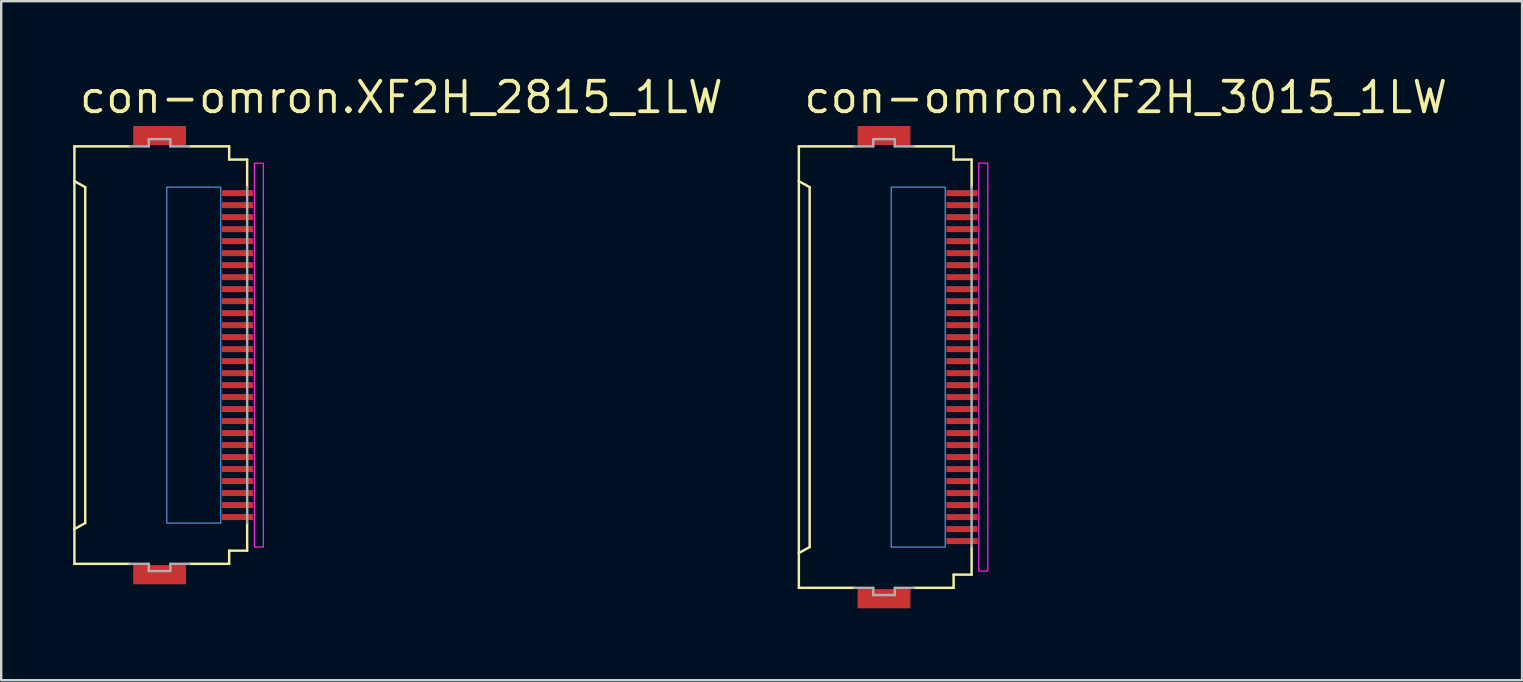
<source format=kicad_pcb>
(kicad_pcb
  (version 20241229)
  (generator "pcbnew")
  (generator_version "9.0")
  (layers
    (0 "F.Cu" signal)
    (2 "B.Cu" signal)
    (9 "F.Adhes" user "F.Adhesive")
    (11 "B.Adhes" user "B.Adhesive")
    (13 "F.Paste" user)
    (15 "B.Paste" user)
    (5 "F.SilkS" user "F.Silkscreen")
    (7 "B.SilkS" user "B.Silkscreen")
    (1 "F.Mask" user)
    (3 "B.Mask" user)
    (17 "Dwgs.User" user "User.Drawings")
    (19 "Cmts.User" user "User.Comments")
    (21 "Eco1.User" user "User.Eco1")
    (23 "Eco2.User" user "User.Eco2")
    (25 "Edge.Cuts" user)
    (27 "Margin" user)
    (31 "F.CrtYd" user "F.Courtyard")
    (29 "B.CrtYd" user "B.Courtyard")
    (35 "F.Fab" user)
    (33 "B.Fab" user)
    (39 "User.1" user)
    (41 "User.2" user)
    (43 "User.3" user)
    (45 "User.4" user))
  (footprint "con-omron.XF2H_2815_1LW"
    (layer "F.Cu")
    (at 3.676 11.75)
    (property "Reference" "con-omron.XF2H_2815_1LW" (at -3.5 -10 0) (layer "F.SilkS") (effects (font (size 1.27 1.27) (thickness 0.16)) (justify left bottom)))
    (attr smd)
    (fp_rect (start 2.475 -6.575) (end 3.875 -6.925) (stroke (width 0.05) (type default)) (fill yes) (layer "F.Mask"))
    (fp_rect (start 2.475 -6.075) (end 3.875 -6.425) (stroke (width 0.05) (type default)) (fill yes) (layer "F.Mask"))
    (fp_rect (start 2.475 -5.575) (end 3.875 -5.925) (stroke (width 0.05) (type default)) (fill yes) (layer "F.Mask"))
    (fp_rect (start 2.475 -5.075) (end 3.875 -5.425) (stroke (width 0.05) (type default)) (fill yes) (layer "F.Mask"))
    (fp_rect (start 2.475 -4.575) (end 3.875 -4.925) (stroke (width 0.05) (type default)) (fill yes) (layer "F.Mask"))
    (fp_rect (start 2.475 -4.075) (end 3.875 -4.425) (stroke (width 0.05) (type default)) (fill yes) (layer "F.Mask"))
    (fp_rect (start 2.475 -3.575) (end 3.875 -3.925) (stroke (width 0.05) (type default)) (fill yes) (layer "F.Mask"))
    (fp_rect (start 2.475 -3.075) (end 3.875 -3.425) (stroke (width 0.05) (type default)) (fill yes) (layer "F.Mask"))
    (fp_rect (start 2.475 -2.575) (end 3.875 -2.925) (stroke (width 0.05) (type default)) (fill yes) (layer "F.Mask"))
    (fp_rect (start 2.475 -2.075) (end 3.875 -2.425) (stroke (width 0.05) (type default)) (fill yes) (layer "F.Mask"))
    (fp_rect (start 2.475 -1.575) (end 3.875 -1.925) (stroke (width 0.05) (type default)) (fill yes) (layer "F.Mask"))
    (fp_rect (start 2.475 -1.075) (end 3.875 -1.425) (stroke (width 0.05) (type default)) (fill yes) (layer "F.Mask"))
    (fp_rect (start 2.475 -0.575) (end 3.875 -0.925) (stroke (width 0.05) (type default)) (fill yes) (layer "F.Mask"))
    (fp_rect (start 2.475 -0.075) (end 3.875 -0.425) (stroke (width 0.05) (type default)) (fill yes) (layer "F.Mask"))
    (fp_rect (start 2.475 0.425) (end 3.875 0.075) (stroke (width 0.05) (type default)) (fill yes) (layer "F.Mask"))
    (fp_rect (start 2.475 0.925) (end 3.875 0.575) (stroke (width 0.05) (type default)) (fill yes) (layer "F.Mask"))
    (fp_rect (start 2.475 1.425) (end 3.875 1.075) (stroke (width 0.05) (type default)) (fill yes) (layer "F.Mask"))
    (fp_rect (start 2.475 1.925) (end 3.875 1.575) (stroke (width 0.05) (type default)) (fill yes) (layer "F.Mask"))
    (fp_rect (start 2.475 2.425) (end 3.875 2.075) (stroke (width 0.05) (type default)) (fill yes) (layer "F.Mask"))
    (fp_rect (start 2.475 2.925) (end 3.875 2.575) (stroke (width 0.05) (type default)) (fill yes) (layer "F.Mask"))
    (fp_rect (start 2.475 3.425) (end 3.875 3.075) (stroke (width 0.05) (type default)) (fill yes) (layer "F.Mask"))
    (fp_rect (start 2.475 3.925) (end 3.875 3.575) (stroke (width 0.05) (type default)) (fill yes) (layer "F.Mask"))
    (fp_rect (start 2.475 4.425) (end 3.875 4.075) (stroke (width 0.05) (type default)) (fill yes) (layer "F.Mask"))
    (fp_rect (start 2.475 4.925) (end 3.875 4.575) (stroke (width 0.05) (type default)) (fill yes) (layer "F.Mask"))
    (fp_rect (start 2.475 5.425) (end 3.875 5.075) (stroke (width 0.05) (type default)) (fill yes) (layer "F.Mask"))
    (fp_rect (start 2.475 5.925) (end 3.875 5.575) (stroke (width 0.05) (type default)) (fill yes) (layer "F.Mask"))
    (fp_rect (start 2.475 6.425) (end 3.875 6.075) (stroke (width 0.05) (type default)) (fill yes) (layer "F.Mask"))
    (fp_rect (start 2.475 6.925) (end 3.875 6.575) (stroke (width 0.05) (type default)) (fill yes) (layer "F.Mask"))
    (fp_line (start -3.625 -8.7) (end -1.325 -8.7) (stroke (width 0.102) (type default)) (layer "F.SilkS"))
    (fp_line (start -3.625 -7.25) (end -3.625 -8.7) (stroke (width 0.102) (type default)) (layer "F.SilkS"))
    (fp_line (start -3.625 -7.25) (end -3.625 7.25) (stroke (width 0.102) (type default)) (layer "F.SilkS"))
    (fp_line (start -3.625 7.25) (end -3.175 7) (stroke (width 0.102) (type default)) (layer "F.SilkS"))
    (fp_line (start -3.625 8.7) (end -3.625 7.25) (stroke (width 0.102) (type default)) (layer "F.SilkS"))
    (fp_line (start -3.175 -7) (end -3.625 -7.25) (stroke (width 0.102) (type default)) (layer "F.SilkS"))
    (fp_line (start -3.175 7) (end -3.175 -7) (stroke (width 0.102) (type default)) (layer "F.SilkS"))
    (fp_line (start -1.325 8.7) (end -3.625 8.7) (stroke (width 0.102) (type default)) (layer "F.SilkS"))
    (fp_line (start 1.175 -8.7) (end 2.825 -8.7) (stroke (width 0.102) (type default)) (layer "F.SilkS"))
    (fp_line (start 1.175 8.7) (end 2.825 8.7) (stroke (width 0.102) (type default)) (layer "F.SilkS"))
    (fp_line (start 2.825 -8.7) (end 2.825 -8.15) (stroke (width 0.102) (type default)) (layer "F.SilkS"))
    (fp_line (start 2.825 -8.15) (end 3.575 -8.15) (stroke (width 0.102) (type default)) (layer "F.SilkS"))
    (fp_line (start 2.825 8.15) (end 2.825 8.7) (stroke (width 0.102) (type default)) (layer "F.SilkS"))
    (fp_line (start 2.825 8.15) (end 3.575 8.15) (stroke (width 0.102) (type default)) (layer "F.SilkS"))
    (fp_line (start 3.575 -8.15) (end 3.575 -7) (stroke (width 0.102) (type default)) (layer "F.SilkS"))
    (fp_line (start 3.575 7) (end 3.575 8.15) (stroke (width 0.102) (type default)) (layer "F.SilkS"))
    (fp_rect (start 0.225 7) (end 2.475 -7) (stroke (width 0.05) (type default)) (fill no) (layer "Cmts.User"))
    (fp_rect (start 3.875 8) (end 4.25 -8) (stroke (width 0.05) (type default)) (fill no) (layer "F.CrtYd"))
    (fp_line (start -1.325 -8.7) (end -0.525 -8.7) (stroke (width 0.102) (type default)) (layer "F.Fab"))
    (fp_line (start -0.525 -9) (end 0.375 -9) (stroke (width 0.102) (type default)) (layer "F.Fab"))
    (fp_line (start -0.525 -8.7) (end -0.525 -9) (stroke (width 0.102) (type default)) (layer "F.Fab"))
    (fp_line (start -0.525 8.7) (end -1.325 8.7) (stroke (width 0.102) (type default)) (layer "F.Fab"))
    (fp_line (start -0.525 9) (end -0.525 8.7) (stroke (width 0.102) (type default)) (layer "F.Fab"))
    (fp_line (start 0.375 -9) (end 0.375 -8.7) (stroke (width 0.102) (type default)) (layer "F.Fab"))
    (fp_line (start 0.375 -8.7) (end 1.175 -8.7) (stroke (width 0.102) (type default)) (layer "F.Fab"))
    (fp_line (start 0.375 8.7) (end 0.375 9) (stroke (width 0.102) (type default)) (layer "F.Fab"))
    (fp_line (start 0.375 9) (end -0.525 9) (stroke (width 0.102) (type default)) (layer "F.Fab"))
    (fp_line (start 1.175 8.7) (end 0.375 8.7) (stroke (width 0.102) (type default)) (layer "F.Fab"))
    (fp_line (start 3.575 -7) (end 3.575 7) (stroke (width 0.102) (type default)) (layer "F.Fab"))
    (pad "1" smd roundrect (at 3.175 -6.75) (size 1.3 0.25) (layers "F.Cu" "F.Mask" "F.Paste") (roundrect_rratio 0.01))
    (pad "2" smd roundrect (at 3.175 -6.25) (size 1.3 0.25) (layers "F.Cu" "F.Mask" "F.Paste") (roundrect_rratio 0.01))
    (pad "3" smd roundrect (at 3.175 -5.75) (size 1.3 0.25) (layers "F.Cu" "F.Mask" "F.Paste") (roundrect_rratio 0.01))
    (pad "4" smd roundrect (at 3.175 -5.25) (size 1.3 0.25) (layers "F.Cu" "F.Mask" "F.Paste") (roundrect_rratio 0.01))
    (pad "5" smd roundrect (at 3.175 -4.75) (size 1.3 0.25) (layers "F.Cu" "F.Mask" "F.Paste") (roundrect_rratio 0.01))
    (pad "6" smd roundrect (at 3.175 -4.25) (size 1.3 0.25) (layers "F.Cu" "F.Mask" "F.Paste") (roundrect_rratio 0.01))
    (pad "7" smd roundrect (at 3.175 -3.75) (size 1.3 0.25) (layers "F.Cu" "F.Mask" "F.Paste") (roundrect_rratio 0.01))
    (pad "8" smd roundrect (at 3.175 -3.25) (size 1.3 0.25) (layers "F.Cu" "F.Mask" "F.Paste") (roundrect_rratio 0.01))
    (pad "9" smd roundrect (at 3.175 -2.75) (size 1.3 0.25) (layers "F.Cu" "F.Mask" "F.Paste") (roundrect_rratio 0.01))
    (pad "10" smd roundrect (at 3.175 -2.25) (size 1.3 0.25) (layers "F.Cu" "F.Mask" "F.Paste") (roundrect_rratio 0.01))
    (pad "11" smd roundrect (at 3.175 -1.75) (size 1.3 0.25) (layers "F.Cu" "F.Mask" "F.Paste") (roundrect_rratio 0.01))
    (pad "12" smd roundrect (at 3.175 -1.25) (size 1.3 0.25) (layers "F.Cu" "F.Mask" "F.Paste") (roundrect_rratio 0.01))
    (pad "13" smd roundrect (at 3.175 -0.75) (size 1.3 0.25) (layers "F.Cu" "F.Mask" "F.Paste") (roundrect_rratio 0.01))
    (pad "14" smd roundrect (at 3.175 -0.25) (size 1.3 0.25) (layers "F.Cu" "F.Mask" "F.Paste") (roundrect_rratio 0.01))
    (pad "15" smd roundrect (at 3.175 0.25) (size 1.3 0.25) (layers "F.Cu" "F.Mask" "F.Paste") (roundrect_rratio 0.01))
    (pad "16" smd roundrect (at 3.175 0.75) (size 1.3 0.25) (layers "F.Cu" "F.Mask" "F.Paste") (roundrect_rratio 0.01))
    (pad "17" smd roundrect (at 3.175 1.25) (size 1.3 0.25) (layers "F.Cu" "F.Mask" "F.Paste") (roundrect_rratio 0.01))
    (pad "18" smd roundrect (at 3.175 1.75) (size 1.3 0.25) (layers "F.Cu" "F.Mask" "F.Paste") (roundrect_rratio 0.01))
    (pad "19" smd roundrect (at 3.175 2.25) (size 1.3 0.25) (layers "F.Cu" "F.Mask" "F.Paste") (roundrect_rratio 0.01))
    (pad "20" smd roundrect (at 3.175 2.75) (size 1.3 0.25) (layers "F.Cu" "F.Mask" "F.Paste") (roundrect_rratio 0.01))
    (pad "21" smd roundrect (at 3.175 3.25) (size 1.3 0.25) (layers "F.Cu" "F.Mask" "F.Paste") (roundrect_rratio 0.01))
    (pad "22" smd roundrect (at 3.175 3.75) (size 1.3 0.25) (layers "F.Cu" "F.Mask" "F.Paste") (roundrect_rratio 0.01))
    (pad "23" smd roundrect (at 3.175 4.25) (size 1.3 0.25) (layers "F.Cu" "F.Mask" "F.Paste") (roundrect_rratio 0.01))
    (pad "24" smd roundrect (at 3.175 4.75) (size 1.3 0.25) (layers "F.Cu" "F.Mask" "F.Paste") (roundrect_rratio 0.01))
    (pad "25" smd roundrect (at 3.175 5.25) (size 1.3 0.25) (layers "F.Cu" "F.Mask" "F.Paste") (roundrect_rratio 0.01))
    (pad "26" smd roundrect (at 3.175 5.75) (size 1.3 0.25) (layers "F.Cu" "F.Mask" "F.Paste") (roundrect_rratio 0.01))
    (pad "27" smd roundrect (at 3.175 6.25) (size 1.3 0.25) (layers "F.Cu" "F.Mask" "F.Paste") (roundrect_rratio 0.01))
    (pad "28" smd roundrect (at 3.175 6.75) (size 1.3 0.25) (layers "F.Cu" "F.Mask" "F.Paste") (roundrect_rratio 0.01))
    (pad "M1" smd roundrect (at -0.075 -9.15) (size 2.2 0.8) (layers "F.Cu" "F.Mask" "F.Paste") (roundrect_rratio 0.01))
    (pad "M2" smd roundrect (at -0.075 9.15) (size 2.2 0.8) (layers "F.Cu" "F.Mask" "F.Paste") (roundrect_rratio 0.01)))
  (footprint "con-omron.XF2H_3015_1LW"
    (layer "F.Cu")
    (at 33.869 12.25)
    (property "Reference" "con-omron.XF2H_3015_1LW" (at -3.5 -10.5 0) (layer "F.SilkS") (effects (font (size 1.27 1.27) (thickness 0.16)) (justify left bottom)))
    (attr smd)
    (fp_rect (start 2.475 -7.075) (end 3.875 -7.425) (stroke (width 0.05) (type default)) (fill yes) (layer "F.Mask"))
    (fp_rect (start 2.475 -6.575) (end 3.875 -6.925) (stroke (width 0.05) (type default)) (fill yes) (layer "F.Mask"))
    (fp_rect (start 2.475 -6.075) (end 3.875 -6.425) (stroke (width 0.05) (type default)) (fill yes) (layer "F.Mask"))
    (fp_rect (start 2.475 -5.575) (end 3.875 -5.925) (stroke (width 0.05) (type default)) (fill yes) (layer "F.Mask"))
    (fp_rect (start 2.475 -5.075) (end 3.875 -5.425) (stroke (width 0.05) (type default)) (fill yes) (layer "F.Mask"))
    (fp_rect (start 2.475 -4.575) (end 3.875 -4.925) (stroke (width 0.05) (type default)) (fill yes) (layer "F.Mask"))
    (fp_rect (start 2.475 -4.075) (end 3.875 -4.425) (stroke (width 0.05) (type default)) (fill yes) (layer "F.Mask"))
    (fp_rect (start 2.475 -3.575) (end 3.875 -3.925) (stroke (width 0.05) (type default)) (fill yes) (layer "F.Mask"))
    (fp_rect (start 2.475 -3.075) (end 3.875 -3.425) (stroke (width 0.05) (type default)) (fill yes) (layer "F.Mask"))
    (fp_rect (start 2.475 -2.575) (end 3.875 -2.925) (stroke (width 0.05) (type default)) (fill yes) (layer "F.Mask"))
    (fp_rect (start 2.475 -2.075) (end 3.875 -2.425) (stroke (width 0.05) (type default)) (fill yes) (layer "F.Mask"))
    (fp_rect (start 2.475 -1.575) (end 3.875 -1.925) (stroke (width 0.05) (type default)) (fill yes) (layer "F.Mask"))
    (fp_rect (start 2.475 -1.075) (end 3.875 -1.425) (stroke (width 0.05) (type default)) (fill yes) (layer "F.Mask"))
    (fp_rect (start 2.475 -0.575) (end 3.875 -0.925) (stroke (width 0.05) (type default)) (fill yes) (layer "F.Mask"))
    (fp_rect (start 2.475 -0.075) (end 3.875 -0.425) (stroke (width 0.05) (type default)) (fill yes) (layer "F.Mask"))
    (fp_rect (start 2.475 0.425) (end 3.875 0.075) (stroke (width 0.05) (type default)) (fill yes) (layer "F.Mask"))
    (fp_rect (start 2.475 0.925) (end 3.875 0.575) (stroke (width 0.05) (type default)) (fill yes) (layer "F.Mask"))
    (fp_rect (start 2.475 1.425) (end 3.875 1.075) (stroke (width 0.05) (type default)) (fill yes) (layer "F.Mask"))
    (fp_rect (start 2.475 1.925) (end 3.875 1.575) (stroke (width 0.05) (type default)) (fill yes) (layer "F.Mask"))
    (fp_rect (start 2.475 2.425) (end 3.875 2.075) (stroke (width 0.05) (type default)) (fill yes) (layer "F.Mask"))
    (fp_rect (start 2.475 2.925) (end 3.875 2.575) (stroke (width 0.05) (type default)) (fill yes) (layer "F.Mask"))
    (fp_rect (start 2.475 3.425) (end 3.875 3.075) (stroke (width 0.05) (type default)) (fill yes) (layer "F.Mask"))
    (fp_rect (start 2.475 3.925) (end 3.875 3.575) (stroke (width 0.05) (type default)) (fill yes) (layer "F.Mask"))
    (fp_rect (start 2.475 4.425) (end 3.875 4.075) (stroke (width 0.05) (type default)) (fill yes) (layer "F.Mask"))
    (fp_rect (start 2.475 4.925) (end 3.875 4.575) (stroke (width 0.05) (type default)) (fill yes) (layer "F.Mask"))
    (fp_rect (start 2.475 5.425) (end 3.875 5.075) (stroke (width 0.05) (type default)) (fill yes) (layer "F.Mask"))
    (fp_rect (start 2.475 5.925) (end 3.875 5.575) (stroke (width 0.05) (type default)) (fill yes) (layer "F.Mask"))
    (fp_rect (start 2.475 6.425) (end 3.875 6.075) (stroke (width 0.05) (type default)) (fill yes) (layer "F.Mask"))
    (fp_rect (start 2.475 6.925) (end 3.875 6.575) (stroke (width 0.05) (type default)) (fill yes) (layer "F.Mask"))
    (fp_rect (start 2.475 7.425) (end 3.875 7.075) (stroke (width 0.05) (type default)) (fill yes) (layer "F.Mask"))
    (fp_line (start -3.625 -9.2) (end -1.325 -9.2) (stroke (width 0.102) (type default)) (layer "F.SilkS"))
    (fp_line (start -3.625 -7.75) (end -3.625 -9.2) (stroke (width 0.102) (type default)) (layer "F.SilkS"))
    (fp_line (start -3.625 -7.75) (end -3.625 7.75) (stroke (width 0.102) (type default)) (layer "F.SilkS"))
    (fp_line (start -3.625 7.75) (end -3.175 7.5) (stroke (width 0.102) (type default)) (layer "F.SilkS"))
    (fp_line (start -3.625 9.2) (end -3.625 7.75) (stroke (width 0.102) (type default)) (layer "F.SilkS"))
    (fp_line (start -3.175 -7.5) (end -3.625 -7.75) (stroke (width 0.102) (type default)) (layer "F.SilkS"))
    (fp_line (start -3.175 7.5) (end -3.175 -7.5) (stroke (width 0.102) (type default)) (layer "F.SilkS"))
    (fp_line (start -1.325 9.2) (end -3.625 9.2) (stroke (width 0.102) (type default)) (layer "F.SilkS"))
    (fp_line (start 1.175 -9.2) (end 2.825 -9.2) (stroke (width 0.102) (type default)) (layer "F.SilkS"))
    (fp_line (start 1.175 9.2) (end 2.825 9.2) (stroke (width 0.102) (type default)) (layer "F.SilkS"))
    (fp_line (start 2.825 -9.2) (end 2.825 -8.65) (stroke (width 0.102) (type default)) (layer "F.SilkS"))
    (fp_line (start 2.825 -8.65) (end 3.575 -8.65) (stroke (width 0.102) (type default)) (layer "F.SilkS"))
    (fp_line (start 2.825 8.65) (end 2.825 9.2) (stroke (width 0.102) (type default)) (layer "F.SilkS"))
    (fp_line (start 2.825 8.65) (end 3.575 8.65) (stroke (width 0.102) (type default)) (layer "F.SilkS"))
    (fp_line (start 3.575 -8.65) (end 3.575 -7.5) (stroke (width 0.102) (type default)) (layer "F.SilkS"))
    (fp_line (start 3.575 7.5) (end 3.575 8.65) (stroke (width 0.102) (type default)) (layer "F.SilkS"))
    (fp_rect (start 0.225 7.5) (end 2.475 -7.5) (stroke (width 0.05) (type default)) (fill no) (layer "Cmts.User"))
    (fp_rect (start 3.875 8.5) (end 4.25 -8.5) (stroke (width 0.05) (type default)) (fill no) (layer "F.CrtYd"))
    (fp_line (start -1.325 -9.2) (end -0.525 -9.2) (stroke (width 0.102) (type default)) (layer "F.Fab"))
    (fp_line (start -0.525 -9.5) (end 0.375 -9.5) (stroke (width 0.102) (type default)) (layer "F.Fab"))
    (fp_line (start -0.525 -9.2) (end -0.525 -9.5) (stroke (width 0.102) (type default)) (layer "F.Fab"))
    (fp_line (start -0.525 9.2) (end -1.325 9.2) (stroke (width 0.102) (type default)) (layer "F.Fab"))
    (fp_line (start -0.525 9.5) (end -0.525 9.2) (stroke (width 0.102) (type default)) (layer "F.Fab"))
    (fp_line (start 0.375 -9.5) (end 0.375 -9.2) (stroke (width 0.102) (type default)) (layer "F.Fab"))
    (fp_line (start 0.375 -9.2) (end 1.175 -9.2) (stroke (width 0.102) (type default)) (layer "F.Fab"))
    (fp_line (start 0.375 9.2) (end 0.375 9.5) (stroke (width 0.102) (type default)) (layer "F.Fab"))
    (fp_line (start 0.375 9.5) (end -0.525 9.5) (stroke (width 0.102) (type default)) (layer "F.Fab"))
    (fp_line (start 1.175 9.2) (end 0.375 9.2) (stroke (width 0.102) (type default)) (layer "F.Fab"))
    (fp_line (start 3.575 -7.5) (end 3.575 7.5) (stroke (width 0.102) (type default)) (layer "F.Fab"))
    (pad "1" smd roundrect (at 3.175 -7.25) (size 1.3 0.25) (layers "F.Cu" "F.Mask" "F.Paste") (roundrect_rratio 0.01))
    (pad "2" smd roundrect (at 3.175 -6.75) (size 1.3 0.25) (layers "F.Cu" "F.Mask" "F.Paste") (roundrect_rratio 0.01))
    (pad "3" smd roundrect (at 3.175 -6.25) (size 1.3 0.25) (layers "F.Cu" "F.Mask" "F.Paste") (roundrect_rratio 0.01))
    (pad "4" smd roundrect (at 3.175 -5.75) (size 1.3 0.25) (layers "F.Cu" "F.Mask" "F.Paste") (roundrect_rratio 0.01))
    (pad "5" smd roundrect (at 3.175 -5.25) (size 1.3 0.25) (layers "F.Cu" "F.Mask" "F.Paste") (roundrect_rratio 0.01))
    (pad "6" smd roundrect (at 3.175 -4.75) (size 1.3 0.25) (layers "F.Cu" "F.Mask" "F.Paste") (roundrect_rratio 0.01))
    (pad "7" smd roundrect (at 3.175 -4.25) (size 1.3 0.25) (layers "F.Cu" "F.Mask" "F.Paste") (roundrect_rratio 0.01))
    (pad "8" smd roundrect (at 3.175 -3.75) (size 1.3 0.25) (layers "F.Cu" "F.Mask" "F.Paste") (roundrect_rratio 0.01))
    (pad "9" smd roundrect (at 3.175 -3.25) (size 1.3 0.25) (layers "F.Cu" "F.Mask" "F.Paste") (roundrect_rratio 0.01))
    (pad "10" smd roundrect (at 3.175 -2.75) (size 1.3 0.25) (layers "F.Cu" "F.Mask" "F.Paste") (roundrect_rratio 0.01))
    (pad "11" smd roundrect (at 3.175 -2.25) (size 1.3 0.25) (layers "F.Cu" "F.Mask" "F.Paste") (roundrect_rratio 0.01))
    (pad "12" smd roundrect (at 3.175 -1.75) (size 1.3 0.25) (layers "F.Cu" "F.Mask" "F.Paste") (roundrect_rratio 0.01))
    (pad "13" smd roundrect (at 3.175 -1.25) (size 1.3 0.25) (layers "F.Cu" "F.Mask" "F.Paste") (roundrect_rratio 0.01))
    (pad "14" smd roundrect (at 3.175 -0.75) (size 1.3 0.25) (layers "F.Cu" "F.Mask" "F.Paste") (roundrect_rratio 0.01))
    (pad "15" smd roundrect (at 3.175 -0.25) (size 1.3 0.25) (layers "F.Cu" "F.Mask" "F.Paste") (roundrect_rratio 0.01))
    (pad "16" smd roundrect (at 3.175 0.25) (size 1.3 0.25) (layers "F.Cu" "F.Mask" "F.Paste") (roundrect_rratio 0.01))
    (pad "17" smd roundrect (at 3.175 0.75) (size 1.3 0.25) (layers "F.Cu" "F.Mask" "F.Paste") (roundrect_rratio 0.01))
    (pad "18" smd roundrect (at 3.175 1.25) (size 1.3 0.25) (layers "F.Cu" "F.Mask" "F.Paste") (roundrect_rratio 0.01))
    (pad "19" smd roundrect (at 3.175 1.75) (size 1.3 0.25) (layers "F.Cu" "F.Mask" "F.Paste") (roundrect_rratio 0.01))
    (pad "20" smd roundrect (at 3.175 2.25) (size 1.3 0.25) (layers "F.Cu" "F.Mask" "F.Paste") (roundrect_rratio 0.01))
    (pad "21" smd roundrect (at 3.175 2.75) (size 1.3 0.25) (layers "F.Cu" "F.Mask" "F.Paste") (roundrect_rratio 0.01))
    (pad "22" smd roundrect (at 3.175 3.25) (size 1.3 0.25) (layers "F.Cu" "F.Mask" "F.Paste") (roundrect_rratio 0.01))
    (pad "23" smd roundrect (at 3.175 3.75) (size 1.3 0.25) (layers "F.Cu" "F.Mask" "F.Paste") (roundrect_rratio 0.01))
    (pad "24" smd roundrect (at 3.175 4.25) (size 1.3 0.25) (layers "F.Cu" "F.Mask" "F.Paste") (roundrect_rratio 0.01))
    (pad "25" smd roundrect (at 3.175 4.75) (size 1.3 0.25) (layers "F.Cu" "F.Mask" "F.Paste") (roundrect_rratio 0.01))
    (pad "26" smd roundrect (at 3.175 5.25) (size 1.3 0.25) (layers "F.Cu" "F.Mask" "F.Paste") (roundrect_rratio 0.01))
    (pad "27" smd roundrect (at 3.175 5.75) (size 1.3 0.25) (layers "F.Cu" "F.Mask" "F.Paste") (roundrect_rratio 0.01))
    (pad "28" smd roundrect (at 3.175 6.25) (size 1.3 0.25) (layers "F.Cu" "F.Mask" "F.Paste") (roundrect_rratio 0.01))
    (pad "29" smd roundrect (at 3.175 6.75) (size 1.3 0.25) (layers "F.Cu" "F.Mask" "F.Paste") (roundrect_rratio 0.01))
    (pad "30" smd roundrect (at 3.175 7.25) (size 1.3 0.25) (layers "F.Cu" "F.Mask" "F.Paste") (roundrect_rratio 0.01))
    (pad "M1" smd roundrect (at -0.075 -9.65) (size 2.2 0.8) (layers "F.Cu" "F.Mask" "F.Paste") (roundrect_rratio 0.01))
    (pad "M2" smd roundrect (at -0.075 9.65) (size 2.2 0.8) (layers "F.Cu" "F.Mask" "F.Paste") (roundrect_rratio 0.01)))
  (gr_rect
    (start -3 -3)
    (end 60.386 25.3)
    (stroke (width 0.1) (type default))
    (fill no)
    (layer "Edge.Cuts")))
</source>
